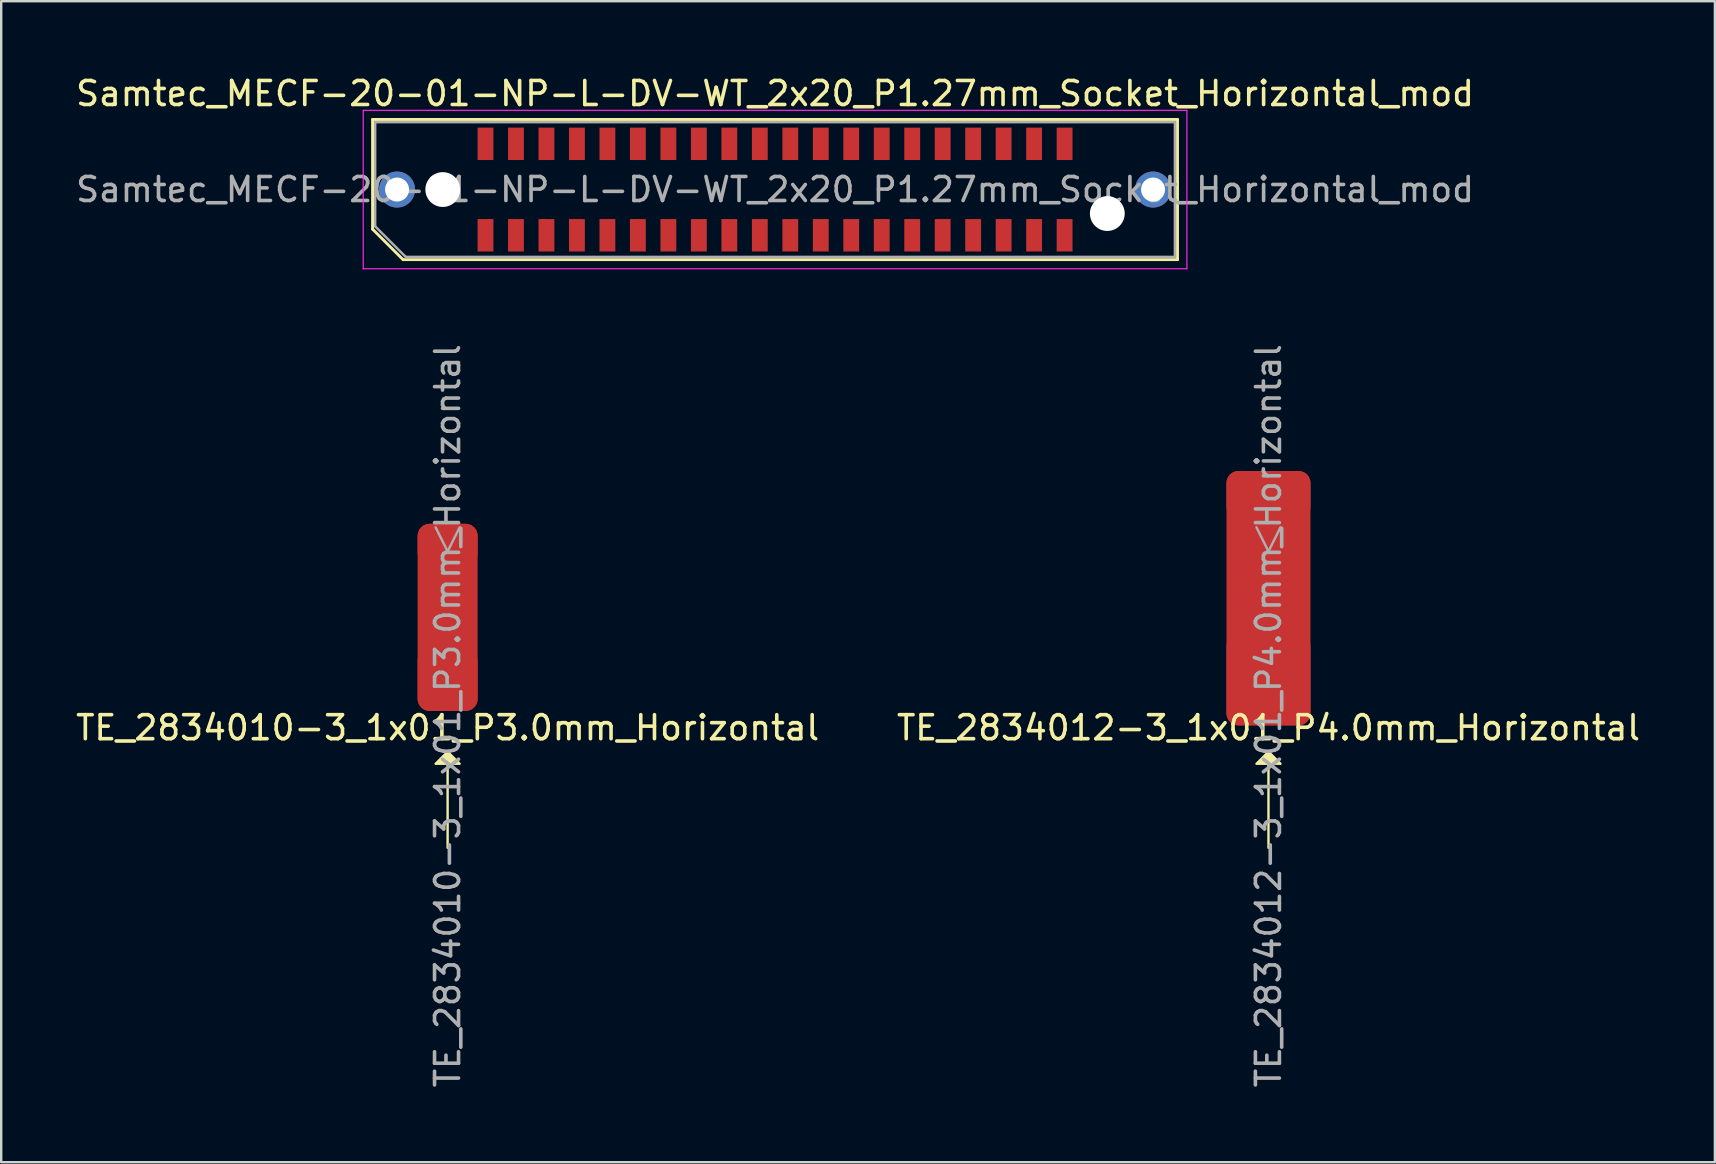
<source format=kicad_pcb>
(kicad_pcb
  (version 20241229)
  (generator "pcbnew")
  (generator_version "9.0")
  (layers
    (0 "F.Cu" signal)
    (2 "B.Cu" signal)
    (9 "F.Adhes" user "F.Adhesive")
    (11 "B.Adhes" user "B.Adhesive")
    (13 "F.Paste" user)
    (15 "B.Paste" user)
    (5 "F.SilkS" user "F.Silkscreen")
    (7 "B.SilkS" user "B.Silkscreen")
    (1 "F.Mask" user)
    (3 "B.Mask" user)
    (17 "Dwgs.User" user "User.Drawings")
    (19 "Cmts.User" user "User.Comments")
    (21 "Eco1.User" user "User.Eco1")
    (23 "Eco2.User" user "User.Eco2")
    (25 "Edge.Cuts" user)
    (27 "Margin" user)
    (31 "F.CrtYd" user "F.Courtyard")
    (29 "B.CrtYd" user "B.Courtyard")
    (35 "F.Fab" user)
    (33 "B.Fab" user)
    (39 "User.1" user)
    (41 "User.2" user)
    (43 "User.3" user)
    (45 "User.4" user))
  (footprint "TE_2834012-3_1x01_P4.0mm_Horizontal"
    (layer "F.Cu")
    (at 49.804 25.274)
    (property "Reference" "TE_2834012-3_1x01_P4.0mm_Horizontal" (at 0 2 0) (unlocked yes) (layer "F.SilkS") (effects (font (size 1 1) (thickness 0.15))))
    (attr smd)
    (fp_line (start 0 7) (end 0 3) (stroke (width 0.1) (type default)) (layer "F.SilkS"))
    (fp_poly (pts (xy -0.5 3.5) (xy 0 3) (xy 0.5 3.5)) (stroke (width 0.1) (type solid)) (fill yes) (layer "F.SilkS"))
    (fp_line (start 0 -5.35) (end -0.5 -6.35) (stroke (width 0.1) (type solid)) (layer "F.Fab"))
    (fp_line (start 0.5 -6.35) (end 0 -5.35) (stroke (width 0.1) (type solid)) (layer "F.Fab"))
    (fp_text user "${REFERENCE}" (at 0 1.5 90) (unlocked yes) (layer "F.Fab") (effects (font (size 1 1) (thickness 0.15))))
    (pad "1" smd roundrect (at 0 -7.7) (size 3.5 2) (layers "F.Cu" "F.Mask" "F.Paste") (roundrect_rratio 0.25))
    (pad "1" smd roundrect (at 0 -3.4) (size 3.5 10.6) (layers "F.Cu") (roundrect_rratio 0.143))
    (pad "1" smd roundrect (at 0 0) (size 3.5 3.8) (layers "F.Cu" "F.Mask" "F.Paste") (roundrect_rratio 0.143)))
  (footprint "Samtec_MECF-20-01-NP-L-DV-WT_2x20_P1.27mm_Socket_Horizontal_mod"
    (layer "F.Cu")
    (at 29.244 4.848)
    (property "Reference" "Samtec_MECF-20-01-NP-L-DV-WT_2x20_P1.27mm_Socket_Horizontal_mod" (at 0 -4 0) (layer "F.SilkS") (effects (font (size 1 1) (thickness 0.15))))
    (attr smd)
    (fp_line (start -16.77 -2.92) (end 16.77 -2.92) (stroke (width 0.12) (type solid)) (layer "F.SilkS"))
    (fp_line (start -16.77 1.65) (end -16.77 -2.92) (stroke (width 0.12) (type solid)) (layer "F.SilkS"))
    (fp_line (start -15.5 2.92) (end -16.77 1.65) (stroke (width 0.12) (type solid)) (layer "F.SilkS"))
    (fp_line (start -15.5 2.92) (end 16.77 2.92) (stroke (width 0.12) (type solid)) (layer "F.SilkS"))
    (fp_line (start 16.77 2.92) (end 16.77 -2.92) (stroke (width 0.12) (type solid)) (layer "F.SilkS"))
    (fp_line (start -17.16 -3.3) (end -17.16 3.3) (stroke (width 0.05) (type solid)) (layer "F.CrtYd"))
    (fp_line (start -17.16 3.3) (end 17.16 3.3) (stroke (width 0.05) (type solid)) (layer "F.CrtYd"))
    (fp_line (start 17.16 -3.3) (end -17.16 -3.3) (stroke (width 0.05) (type solid)) (layer "F.CrtYd"))
    (fp_line (start 17.16 3.3) (end 17.16 -3.3) (stroke (width 0.05) (type solid)) (layer "F.CrtYd"))
    (fp_line (start -16.66 -2.805) (end 16.66 -2.805) (stroke (width 0.1) (type solid)) (layer "F.Fab"))
    (fp_line (start -16.66 1.535) (end -16.66 -2.805) (stroke (width 0.1) (type solid)) (layer "F.Fab"))
    (fp_line (start -16.66 1.535) (end -15.39 2.805) (stroke (width 0.1) (type solid)) (layer "F.Fab"))
    (fp_line (start -15.39 2.805) (end 16.66 2.805) (stroke (width 0.1) (type solid)) (layer "F.Fab"))
    (fp_line (start 16.66 2.805) (end 16.66 -2.805) (stroke (width 0.1) (type solid)) (layer "F.Fab"))
    (fp_text user "${REFERENCE}" (at 0 0 0) (layer "F.Fab") (effects (font (size 1 1) (thickness 0.15))))
    (pad "" thru_hole circle (at -15.75 0) (size 1.5 1.5) (drill 1) (layers "*.Cu" "*.Mask"))
    (pad "" np_thru_hole circle (at -13.845 0) (size 1.45 1.45) (drill 1.45) (layers "*.Cu" "*.Mask"))
    (pad "" np_thru_hole circle (at 13.845 1) (size 1.45 1.45) (drill 1.45) (layers "*.Cu" "*.Mask"))
    (pad "" thru_hole circle (at 15.75 0) (size 1.5 1.5) (drill 1) (layers "*.Cu" "*.Mask"))
    (pad "1" smd rect (at -12.065 1.905) (size 0.66 1.35) (layers "F.Cu" "F.Mask" "F.Paste"))
    (pad "2" smd rect (at -12.065 -1.905) (size 0.66 1.35) (layers "F.Cu" "F.Mask" "F.Paste"))
    (pad "3" smd rect (at -10.795 1.905) (size 0.66 1.35) (layers "F.Cu" "F.Mask" "F.Paste"))
    (pad "4" smd rect (at -10.795 -1.905) (size 0.66 1.35) (layers "F.Cu" "F.Mask" "F.Paste"))
    (pad "5" smd rect (at -9.525 1.905) (size 0.66 1.35) (layers "F.Cu" "F.Mask" "F.Paste"))
    (pad "6" smd rect (at -9.525 -1.905) (size 0.66 1.35) (layers "F.Cu" "F.Mask" "F.Paste"))
    (pad "7" smd rect (at -8.255 1.905) (size 0.66 1.35) (layers "F.Cu" "F.Mask" "F.Paste"))
    (pad "8" smd rect (at -8.255 -1.905) (size 0.66 1.35) (layers "F.Cu" "F.Mask" "F.Paste"))
    (pad "9" smd rect (at -6.985 1.905) (size 0.66 1.35) (layers "F.Cu" "F.Mask" "F.Paste"))
    (pad "10" smd rect (at -6.985 -1.905) (size 0.66 1.35) (layers "F.Cu" "F.Mask" "F.Paste"))
    (pad "11" smd rect (at -5.715 1.905) (size 0.66 1.35) (layers "F.Cu" "F.Mask" "F.Paste"))
    (pad "12" smd rect (at -5.715 -1.905) (size 0.66 1.35) (layers "F.Cu" "F.Mask" "F.Paste"))
    (pad "13" smd rect (at -4.445 1.905) (size 0.66 1.35) (layers "F.Cu" "F.Mask" "F.Paste"))
    (pad "14" smd rect (at -4.445 -1.905) (size 0.66 1.35) (layers "F.Cu" "F.Mask" "F.Paste"))
    (pad "15" smd rect (at -3.175 1.905) (size 0.66 1.35) (layers "F.Cu" "F.Mask" "F.Paste"))
    (pad "16" smd rect (at -3.175 -1.905) (size 0.66 1.35) (layers "F.Cu" "F.Mask" "F.Paste"))
    (pad "17" smd rect (at -1.905 1.905) (size 0.66 1.35) (layers "F.Cu" "F.Mask" "F.Paste"))
    (pad "18" smd rect (at -1.905 -1.905) (size 0.66 1.35) (layers "F.Cu" "F.Mask" "F.Paste"))
    (pad "19" smd rect (at -0.635 1.905) (size 0.66 1.35) (layers "F.Cu" "F.Mask" "F.Paste"))
    (pad "20" smd rect (at -0.635 -1.905) (size 0.66 1.35) (layers "F.Cu" "F.Mask" "F.Paste"))
    (pad "21" smd rect (at 0.635 1.905) (size 0.66 1.35) (layers "F.Cu" "F.Mask" "F.Paste"))
    (pad "22" smd rect (at 0.635 -1.905) (size 0.66 1.35) (layers "F.Cu" "F.Mask" "F.Paste"))
    (pad "23" smd rect (at 1.905 1.905) (size 0.66 1.35) (layers "F.Cu" "F.Mask" "F.Paste"))
    (pad "24" smd rect (at 1.905 -1.905) (size 0.66 1.35) (layers "F.Cu" "F.Mask" "F.Paste"))
    (pad "25" smd rect (at 3.175 1.905) (size 0.66 1.35) (layers "F.Cu" "F.Mask" "F.Paste"))
    (pad "26" smd rect (at 3.175 -1.905) (size 0.66 1.35) (layers "F.Cu" "F.Mask" "F.Paste"))
    (pad "27" smd rect (at 4.445 1.905) (size 0.66 1.35) (layers "F.Cu" "F.Mask" "F.Paste"))
    (pad "28" smd rect (at 4.445 -1.905) (size 0.66 1.35) (layers "F.Cu" "F.Mask" "F.Paste"))
    (pad "29" smd rect (at 5.715 1.905) (size 0.66 1.35) (layers "F.Cu" "F.Mask" "F.Paste"))
    (pad "30" smd rect (at 5.715 -1.905) (size 0.66 1.35) (layers "F.Cu" "F.Mask" "F.Paste"))
    (pad "31" smd rect (at 6.985 1.905) (size 0.66 1.35) (layers "F.Cu" "F.Mask" "F.Paste"))
    (pad "32" smd rect (at 6.985 -1.905) (size 0.66 1.35) (layers "F.Cu" "F.Mask" "F.Paste"))
    (pad "33" smd rect (at 8.255 1.905) (size 0.66 1.35) (layers "F.Cu" "F.Mask" "F.Paste"))
    (pad "34" smd rect (at 8.255 -1.905) (size 0.66 1.35) (layers "F.Cu" "F.Mask" "F.Paste"))
    (pad "35" smd rect (at 9.525 1.905) (size 0.66 1.35) (layers "F.Cu" "F.Mask" "F.Paste"))
    (pad "36" smd rect (at 9.525 -1.905) (size 0.66 1.35) (layers "F.Cu" "F.Mask" "F.Paste"))
    (pad "37" smd rect (at 10.795 1.905) (size 0.66 1.35) (layers "F.Cu" "F.Mask" "F.Paste"))
    (pad "38" smd rect (at 10.795 -1.905) (size 0.66 1.35) (layers "F.Cu" "F.Mask" "F.Paste"))
    (pad "39" smd rect (at 12.065 1.905) (size 0.66 1.35) (layers "F.Cu" "F.Mask" "F.Paste"))
    (pad "40" smd rect (at 12.065 -1.905) (size 0.66 1.35) (layers "F.Cu" "F.Mask" "F.Paste")))
  (footprint "TE_2834010-3_1x01_P3.0mm_Horizontal"
    (layer "F.Cu")
    (at 15.601 25.274)
    (property "Reference" "TE_2834010-3_1x01_P3.0mm_Horizontal" (at 0 2 0) (unlocked yes) (layer "F.SilkS") (effects (font (size 1 1) (thickness 0.15))))
    (attr smd)
    (fp_line (start 0 7) (end 0 3) (stroke (width 0.1) (type default)) (layer "F.SilkS"))
    (fp_poly (pts (xy -0.5 3.5) (xy 0 3) (xy 0.5 3.5)) (stroke (width 0.1) (type solid)) (fill yes) (layer "F.SilkS"))
    (fp_line (start 0 -5.35) (end -0.5 -6.35) (stroke (width 0.1) (type solid)) (layer "F.Fab"))
    (fp_line (start 0.5 -6.35) (end 0 -5.35) (stroke (width 0.1) (type solid)) (layer "F.Fab"))
    (fp_text user "${REFERENCE}" (at 0 1.5 90) (unlocked yes) (layer "F.Fab") (effects (font (size 1 1) (thickness 0.15))))
    (pad "1" smd roundrect (at 0 -5.65) (size 2.5 1.7) (layers "F.Cu" "F.Mask" "F.Paste") (roundrect_rratio 0.294))
    (pad "1" smd roundrect (at 0 -2.6) (size 2.5 7.8) (layers "F.Cu") (roundrect_rratio 0.2))
    (pad "1" smd roundrect (at 0 0) (size 2.5 2.6) (layers "F.Cu" "F.Mask" "F.Paste") (roundrect_rratio 0.2)))
  (gr_rect
    (start -3 -3)
    (end 68.405 45.376)
    (stroke (width 0.1) (type default))
    (fill no)
    (layer "Edge.Cuts")))
</source>
